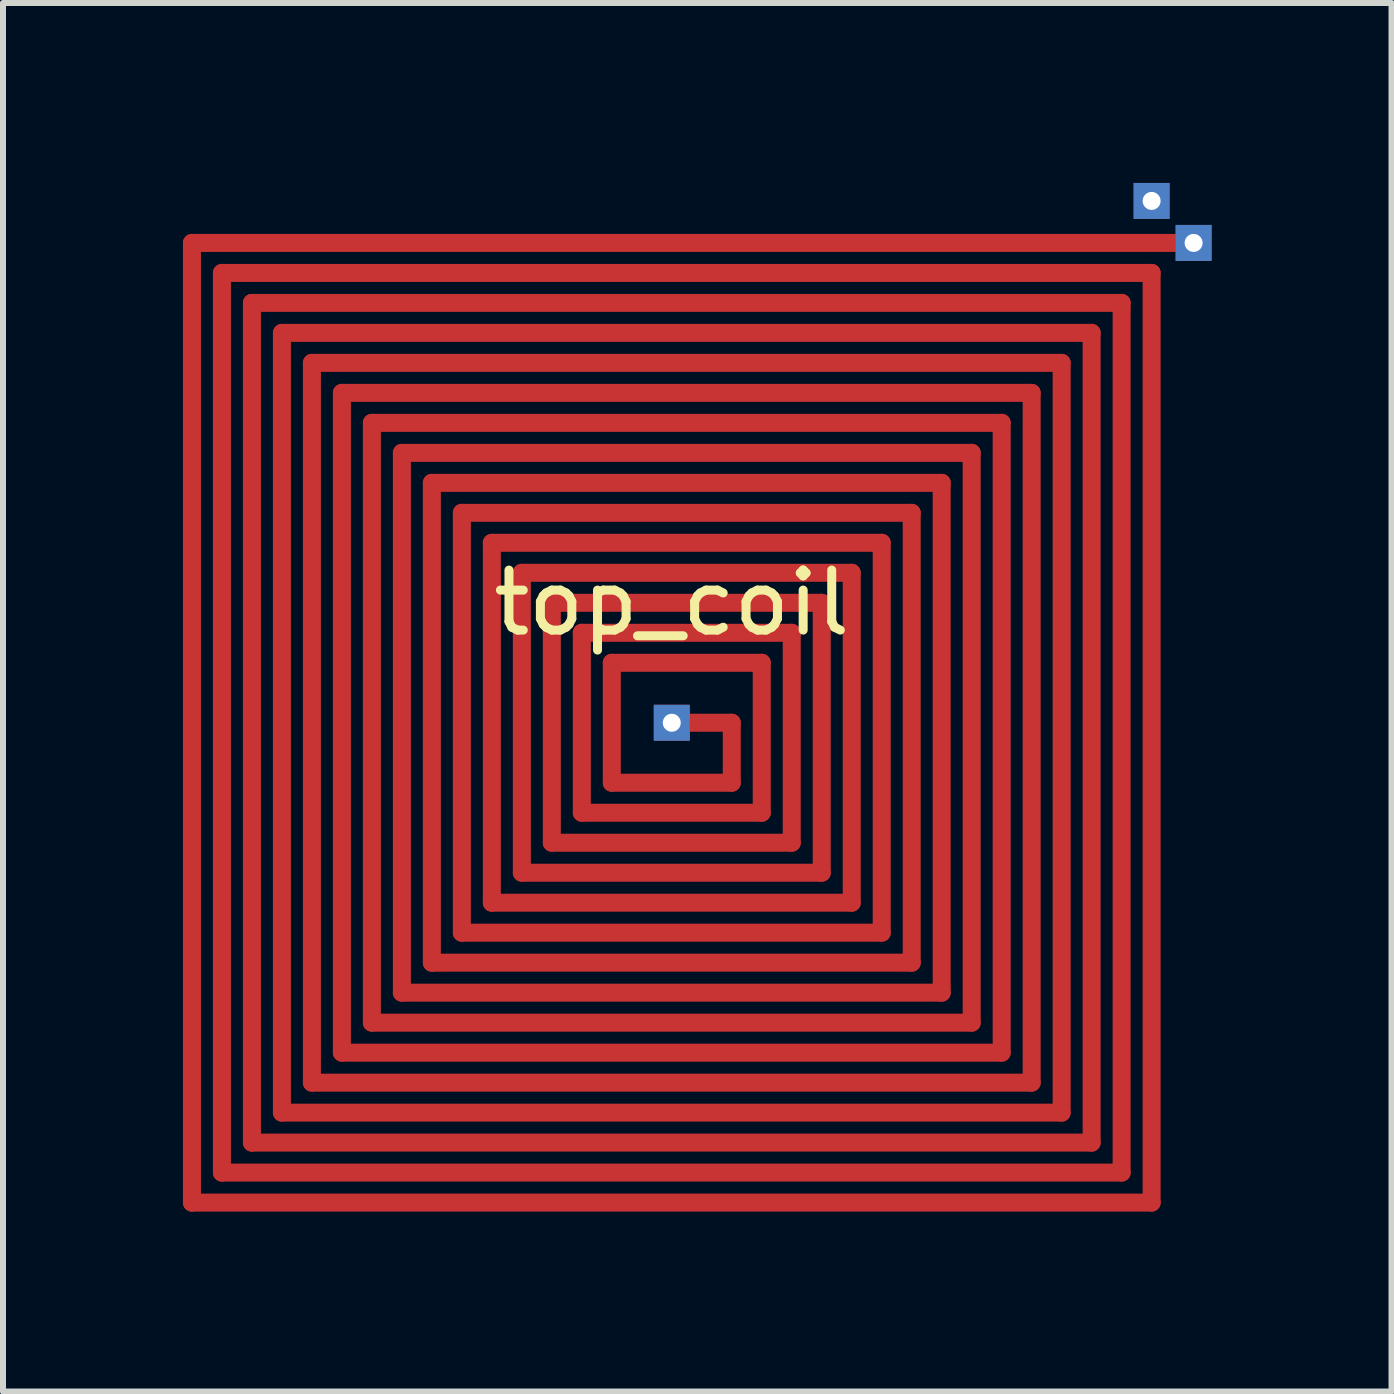
<source format=kicad_pcb>
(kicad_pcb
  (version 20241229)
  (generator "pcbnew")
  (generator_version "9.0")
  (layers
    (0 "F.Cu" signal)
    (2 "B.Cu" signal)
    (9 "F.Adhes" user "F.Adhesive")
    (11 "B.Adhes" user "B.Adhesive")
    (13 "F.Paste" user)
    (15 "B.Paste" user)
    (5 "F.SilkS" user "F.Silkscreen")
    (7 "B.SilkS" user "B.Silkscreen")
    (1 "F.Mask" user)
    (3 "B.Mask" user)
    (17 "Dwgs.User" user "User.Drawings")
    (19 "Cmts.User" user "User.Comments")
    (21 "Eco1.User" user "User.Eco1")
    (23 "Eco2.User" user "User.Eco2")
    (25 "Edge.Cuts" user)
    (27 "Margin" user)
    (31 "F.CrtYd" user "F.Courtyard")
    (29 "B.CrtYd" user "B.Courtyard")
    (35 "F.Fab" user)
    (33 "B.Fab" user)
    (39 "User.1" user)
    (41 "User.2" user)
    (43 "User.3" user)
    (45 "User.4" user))
  (footprint "top_coil"
    (layer "F.Cu")
    (at 8.15 9)
    (property "Reference" "top_coil" (at 0 -2 0) (layer "F.SilkS") (effects (font (size 1 1) (thickness 0.15))))
    (attr through_hole)
    (fp_line (start -8 -8) (end -8 8) (stroke (width 0.3) (type solid)) (layer "F.Cu"))
    (fp_line (start -8 8) (end 8 8) (stroke (width 0.3) (type solid)) (layer "F.Cu"))
    (fp_line (start -7.5 -7.5) (end -7.5 7.5) (stroke (width 0.3) (type solid)) (layer "F.Cu"))
    (fp_line (start -7.5 7.5) (end 7.5 7.5) (stroke (width 0.3) (type solid)) (layer "F.Cu"))
    (fp_line (start -7 -7) (end -7 7) (stroke (width 0.3) (type solid)) (layer "F.Cu"))
    (fp_line (start -7 7) (end 7 7) (stroke (width 0.3) (type solid)) (layer "F.Cu"))
    (fp_line (start -6.5 -6.5) (end -6.5 6.5) (stroke (width 0.3) (type solid)) (layer "F.Cu"))
    (fp_line (start -6.5 6.5) (end 6.5 6.5) (stroke (width 0.3) (type solid)) (layer "F.Cu"))
    (fp_line (start -6 -6) (end -6 6) (stroke (width 0.3) (type solid)) (layer "F.Cu"))
    (fp_line (start -6 6) (end 6 6) (stroke (width 0.3) (type solid)) (layer "F.Cu"))
    (fp_line (start -5.5 -5.5) (end -5.5 5.5) (stroke (width 0.3) (type solid)) (layer "F.Cu"))
    (fp_line (start -5.5 5.5) (end 5.5 5.5) (stroke (width 0.3) (type solid)) (layer "F.Cu"))
    (fp_line (start -5 -5) (end -5 5) (stroke (width 0.3) (type solid)) (layer "F.Cu"))
    (fp_line (start -5 5) (end 5 5) (stroke (width 0.3) (type solid)) (layer "F.Cu"))
    (fp_line (start -4.5 -4.5) (end -4.5 4.5) (stroke (width 0.3) (type solid)) (layer "F.Cu"))
    (fp_line (start -4.5 4.5) (end 4.5 4.5) (stroke (width 0.3) (type solid)) (layer "F.Cu"))
    (fp_line (start -4 -4) (end -4 4) (stroke (width 0.3) (type solid)) (layer "F.Cu"))
    (fp_line (start -4 4) (end 4 4) (stroke (width 0.3) (type solid)) (layer "F.Cu"))
    (fp_line (start -3.5 -3.5) (end -3.5 3.5) (stroke (width 0.3) (type solid)) (layer "F.Cu"))
    (fp_line (start -3.5 3.5) (end 3.5 3.5) (stroke (width 0.3) (type solid)) (layer "F.Cu"))
    (fp_line (start -3 -3) (end -3 3) (stroke (width 0.3) (type solid)) (layer "F.Cu"))
    (fp_line (start -3 3) (end 3 3) (stroke (width 0.3) (type solid)) (layer "F.Cu"))
    (fp_line (start -2.5 -2.5) (end -2.5 2.5) (stroke (width 0.3) (type solid)) (layer "F.Cu"))
    (fp_line (start -2.5 2.5) (end 2.5 2.5) (stroke (width 0.3) (type solid)) (layer "F.Cu"))
    (fp_line (start -2 -2) (end -2 2) (stroke (width 0.3) (type solid)) (layer "F.Cu"))
    (fp_line (start -2 2) (end 2 2) (stroke (width 0.3) (type solid)) (layer "F.Cu"))
    (fp_line (start -1.5 -1.5) (end -1.5 1.5) (stroke (width 0.3) (type solid)) (layer "F.Cu"))
    (fp_line (start -1.5 1.5) (end 1.5 1.5) (stroke (width 0.3) (type solid)) (layer "F.Cu"))
    (fp_line (start -1 -1) (end -1 1) (stroke (width 0.3) (type solid)) (layer "F.Cu"))
    (fp_line (start -1 1) (end 1 1) (stroke (width 0.3) (type solid)) (layer "F.Cu"))
    (fp_line (start 1 0) (end 0 0) (stroke (width 0.3) (type solid)) (layer "F.Cu"))
    (fp_line (start 1 1) (end 1 0) (stroke (width 0.3) (type solid)) (layer "F.Cu"))
    (fp_line (start 1.5 -1) (end -1 -1) (stroke (width 0.3) (type solid)) (layer "F.Cu"))
    (fp_line (start 1.5 1.5) (end 1.5 -1) (stroke (width 0.3) (type solid)) (layer "F.Cu"))
    (fp_line (start 2 -1.5) (end -1.5 -1.5) (stroke (width 0.3) (type solid)) (layer "F.Cu"))
    (fp_line (start 2 2) (end 2 -1.5) (stroke (width 0.3) (type solid)) (layer "F.Cu"))
    (fp_line (start 2.5 -2) (end -2 -2) (stroke (width 0.3) (type solid)) (layer "F.Cu"))
    (fp_line (start 2.5 2.5) (end 2.5 -2) (stroke (width 0.3) (type solid)) (layer "F.Cu"))
    (fp_line (start 3 -2.5) (end -2.5 -2.5) (stroke (width 0.3) (type solid)) (layer "F.Cu"))
    (fp_line (start 3 3) (end 3 -2.5) (stroke (width 0.3) (type solid)) (layer "F.Cu"))
    (fp_line (start 3.5 -3) (end -3 -3) (stroke (width 0.3) (type solid)) (layer "F.Cu"))
    (fp_line (start 3.5 3.5) (end 3.5 -3) (stroke (width 0.3) (type solid)) (layer "F.Cu"))
    (fp_line (start 4 -3.5) (end -3.5 -3.5) (stroke (width 0.3) (type solid)) (layer "F.Cu"))
    (fp_line (start 4 4) (end 4 -3.5) (stroke (width 0.3) (type solid)) (layer "F.Cu"))
    (fp_line (start 4.5 -4) (end -4 -4) (stroke (width 0.3) (type solid)) (layer "F.Cu"))
    (fp_line (start 4.5 4.5) (end 4.5 -4) (stroke (width 0.3) (type solid)) (layer "F.Cu"))
    (fp_line (start 5 -4.5) (end -4.5 -4.5) (stroke (width 0.3) (type solid)) (layer "F.Cu"))
    (fp_line (start 5 5) (end 5 -4.5) (stroke (width 0.3) (type solid)) (layer "F.Cu"))
    (fp_line (start 5.5 -5) (end -5 -5) (stroke (width 0.3) (type solid)) (layer "F.Cu"))
    (fp_line (start 5.5 5.5) (end 5.5 -5) (stroke (width 0.3) (type solid)) (layer "F.Cu"))
    (fp_line (start 6 -5.5) (end -5.5 -5.5) (stroke (width 0.3) (type solid)) (layer "F.Cu"))
    (fp_line (start 6 6) (end 6 -5.5) (stroke (width 0.3) (type solid)) (layer "F.Cu"))
    (fp_line (start 6.5 -6) (end -6 -6) (stroke (width 0.3) (type solid)) (layer "F.Cu"))
    (fp_line (start 6.5 6.5) (end 6.5 -6) (stroke (width 0.3) (type solid)) (layer "F.Cu"))
    (fp_line (start 7 -6.5) (end -6.5 -6.5) (stroke (width 0.3) (type solid)) (layer "F.Cu"))
    (fp_line (start 7 7) (end 7 -6.5) (stroke (width 0.3) (type solid)) (layer "F.Cu"))
    (fp_line (start 7.5 -7) (end -7 -7) (stroke (width 0.3) (type solid)) (layer "F.Cu"))
    (fp_line (start 7.5 7.5) (end 7.5 -7) (stroke (width 0.3) (type solid)) (layer "F.Cu"))
    (fp_line (start 8 -7.5) (end -7.5 -7.5) (stroke (width 0.3) (type solid)) (layer "F.Cu"))
    (fp_line (start 8 8) (end 8 -7.5) (stroke (width 0.3) (type solid)) (layer "F.Cu"))
    (fp_line (start 8.7 -8) (end -8 -8) (stroke (width 0.3) (type solid)) (layer "F.Cu"))
    (fp_line (start -8 -7.5) (end 7.5 -7.5) (stroke (width 0.3) (type solid)) (layer "In2.Cu"))
    (fp_line (start -8 8) (end -8 -7.5) (stroke (width 0.3) (type solid)) (layer "In2.Cu"))
    (fp_line (start -7.5 -7) (end 7 -7) (stroke (width 0.3) (type solid)) (layer "In2.Cu"))
    (fp_line (start -7.5 7.5) (end -7.5 -7) (stroke (width 0.3) (type solid)) (layer "In2.Cu"))
    (fp_line (start -7 -6.5) (end 6.5 -6.5) (stroke (width 0.3) (type solid)) (layer "In2.Cu"))
    (fp_line (start -7 7) (end -7 -6.5) (stroke (width 0.3) (type solid)) (layer "In2.Cu"))
    (fp_line (start -6.5 -6) (end 6 -6) (stroke (width 0.3) (type solid)) (layer "In2.Cu"))
    (fp_line (start -6.5 6.5) (end -6.5 -6) (stroke (width 0.3) (type solid)) (layer "In2.Cu"))
    (fp_line (start -6 -5.5) (end 5.5 -5.5) (stroke (width 0.3) (type solid)) (layer "In2.Cu"))
    (fp_line (start -6 6) (end -6 -5.5) (stroke (width 0.3) (type solid)) (layer "In2.Cu"))
    (fp_line (start -5.5 -5) (end 5 -5) (stroke (width 0.3) (type solid)) (layer "In2.Cu"))
    (fp_line (start -5.5 5.5) (end -5.5 -5) (stroke (width 0.3) (type solid)) (layer "In2.Cu"))
    (fp_line (start -5 -4.5) (end 4.5 -4.5) (stroke (width 0.3) (type solid)) (layer "In2.Cu"))
    (fp_line (start -5 5) (end -5 -4.5) (stroke (width 0.3) (type solid)) (layer "In2.Cu"))
    (fp_line (start -4.5 -4) (end 4 -4) (stroke (width 0.3) (type solid)) (layer "In2.Cu"))
    (fp_line (start -4.5 4.5) (end -4.5 -4) (stroke (width 0.3) (type solid)) (layer "In2.Cu"))
    (fp_line (start -4 -3.5) (end 3.5 -3.5) (stroke (width 0.3) (type solid)) (layer "In2.Cu"))
    (fp_line (start -4 4) (end -4 -3.5) (stroke (width 0.3) (type solid)) (layer "In2.Cu"))
    (fp_line (start -3.5 -3) (end 3 -3) (stroke (width 0.3) (type solid)) (layer "In2.Cu"))
    (fp_line (start -3.5 3.5) (end -3.5 -3) (stroke (width 0.3) (type solid)) (layer "In2.Cu"))
    (fp_line (start -3 -2.5) (end 2.5 -2.5) (stroke (width 0.3) (type solid)) (layer "In2.Cu"))
    (fp_line (start -3 3) (end -3 -2.5) (stroke (width 0.3) (type solid)) (layer "In2.Cu"))
    (fp_line (start -2.5 -2) (end 2 -2) (stroke (width 0.3) (type solid)) (layer "In2.Cu"))
    (fp_line (start -2.5 2.5) (end -2.5 -2) (stroke (width 0.3) (type solid)) (layer "In2.Cu"))
    (fp_line (start -2 -1.5) (end 1.5 -1.5) (stroke (width 0.3) (type solid)) (layer "In2.Cu"))
    (fp_line (start -2 2) (end -2 -1.5) (stroke (width 0.3) (type solid)) (layer "In2.Cu"))
    (fp_line (start -1.5 -1) (end 1 -1) (stroke (width 0.3) (type solid)) (layer "In2.Cu"))
    (fp_line (start -1.5 1.5) (end -1.5 -1) (stroke (width 0.3) (type solid)) (layer "In2.Cu"))
    (fp_line (start -1 0) (end 0 0) (stroke (width 0.3) (type solid)) (layer "In2.Cu"))
    (fp_line (start -1 1) (end -1 0) (stroke (width 0.3) (type solid)) (layer "In2.Cu"))
    (fp_line (start 1 -1) (end 1 1) (stroke (width 0.3) (type solid)) (layer "In2.Cu"))
    (fp_line (start 1 1) (end -1 1) (stroke (width 0.3) (type solid)) (layer "In2.Cu"))
    (fp_line (start 1.5 -1.5) (end 1.5 1.5) (stroke (width 0.3) (type solid)) (layer "In2.Cu"))
    (fp_line (start 1.5 1.5) (end -1.5 1.5) (stroke (width 0.3) (type solid)) (layer "In2.Cu"))
    (fp_line (start 2 -2) (end 2 2) (stroke (width 0.3) (type solid)) (layer "In2.Cu"))
    (fp_line (start 2 2) (end -2 2) (stroke (width 0.3) (type solid)) (layer "In2.Cu"))
    (fp_line (start 2.5 -2.5) (end 2.5 2.5) (stroke (width 0.3) (type solid)) (layer "In2.Cu"))
    (fp_line (start 2.5 2.5) (end -2.5 2.5) (stroke (width 0.3) (type solid)) (layer "In2.Cu"))
    (fp_line (start 3 -3) (end 3 3) (stroke (width 0.3) (type solid)) (layer "In2.Cu"))
    (fp_line (start 3 3) (end -3 3) (stroke (width 0.3) (type solid)) (layer "In2.Cu"))
    (fp_line (start 3.5 -3.5) (end 3.5 3.5) (stroke (width 0.3) (type solid)) (layer "In2.Cu"))
    (fp_line (start 3.5 3.5) (end -3.5 3.5) (stroke (width 0.3) (type solid)) (layer "In2.Cu"))
    (fp_line (start 4 -4) (end 4 4) (stroke (width 0.3) (type solid)) (layer "In2.Cu"))
    (fp_line (start 4 4) (end -4 4) (stroke (width 0.3) (type solid)) (layer "In2.Cu"))
    (fp_line (start 4.5 -4.5) (end 4.5 4.5) (stroke (width 0.3) (type solid)) (layer "In2.Cu"))
    (fp_line (start 4.5 4.5) (end -4.5 4.5) (stroke (width 0.3) (type solid)) (layer "In2.Cu"))
    (fp_line (start 5 -5) (end 5 5) (stroke (width 0.3) (type solid)) (layer "In2.Cu"))
    (fp_line (start 5 5) (end -5 5) (stroke (width 0.3) (type solid)) (layer "In2.Cu"))
    (fp_line (start 5.5 -5.5) (end 5.5 5.5) (stroke (width 0.3) (type solid)) (layer "In2.Cu"))
    (fp_line (start 5.5 5.5) (end -5.5 5.5) (stroke (width 0.3) (type solid)) (layer "In2.Cu"))
    (fp_line (start 6 -6) (end 6 6) (stroke (width 0.3) (type solid)) (layer "In2.Cu"))
    (fp_line (start 6 6) (end -6 6) (stroke (width 0.3) (type solid)) (layer "In2.Cu"))
    (fp_line (start 6.5 -6.5) (end 6.5 6.5) (stroke (width 0.3) (type solid)) (layer "In2.Cu"))
    (fp_line (start 6.5 6.5) (end -6.5 6.5) (stroke (width 0.3) (type solid)) (layer "In2.Cu"))
    (fp_line (start 7 -7) (end 7 7) (stroke (width 0.3) (type solid)) (layer "In2.Cu"))
    (fp_line (start 7 7) (end -7 7) (stroke (width 0.3) (type solid)) (layer "In2.Cu"))
    (fp_line (start 7.5 -7.5) (end 7.5 7.5) (stroke (width 0.3) (type solid)) (layer "In2.Cu"))
    (fp_line (start 7.5 7.5) (end -7.5 7.5) (stroke (width 0.3) (type solid)) (layer "In2.Cu"))
    (fp_line (start 8 -8.7) (end 8 8) (stroke (width 0.3) (type solid)) (layer "In2.Cu"))
    (fp_line (start 8 8) (end -8 8) (stroke (width 0.3) (type solid)) (layer "In2.Cu"))
    (pad "" thru_hole rect (at 0 0) (size 0.6 0.6) (drill 0.3) (layers "*.Cu" "*.Mask"))
    (pad "1" thru_hole rect (at 8.7 -8) (size 0.6 0.6) (drill 0.3) (layers "*.Cu" "*.Mask"))
    (pad "2" thru_hole rect (at 8 -8.7) (size 0.6 0.6) (drill 0.3) (layers "*.Cu" "*.Mask")))
  (gr_rect
    (start -3 -3)
    (end 20.15 20.15)
    (stroke (width 0.1) (type default))
    (fill no)
    (layer "Edge.Cuts")))
</source>
